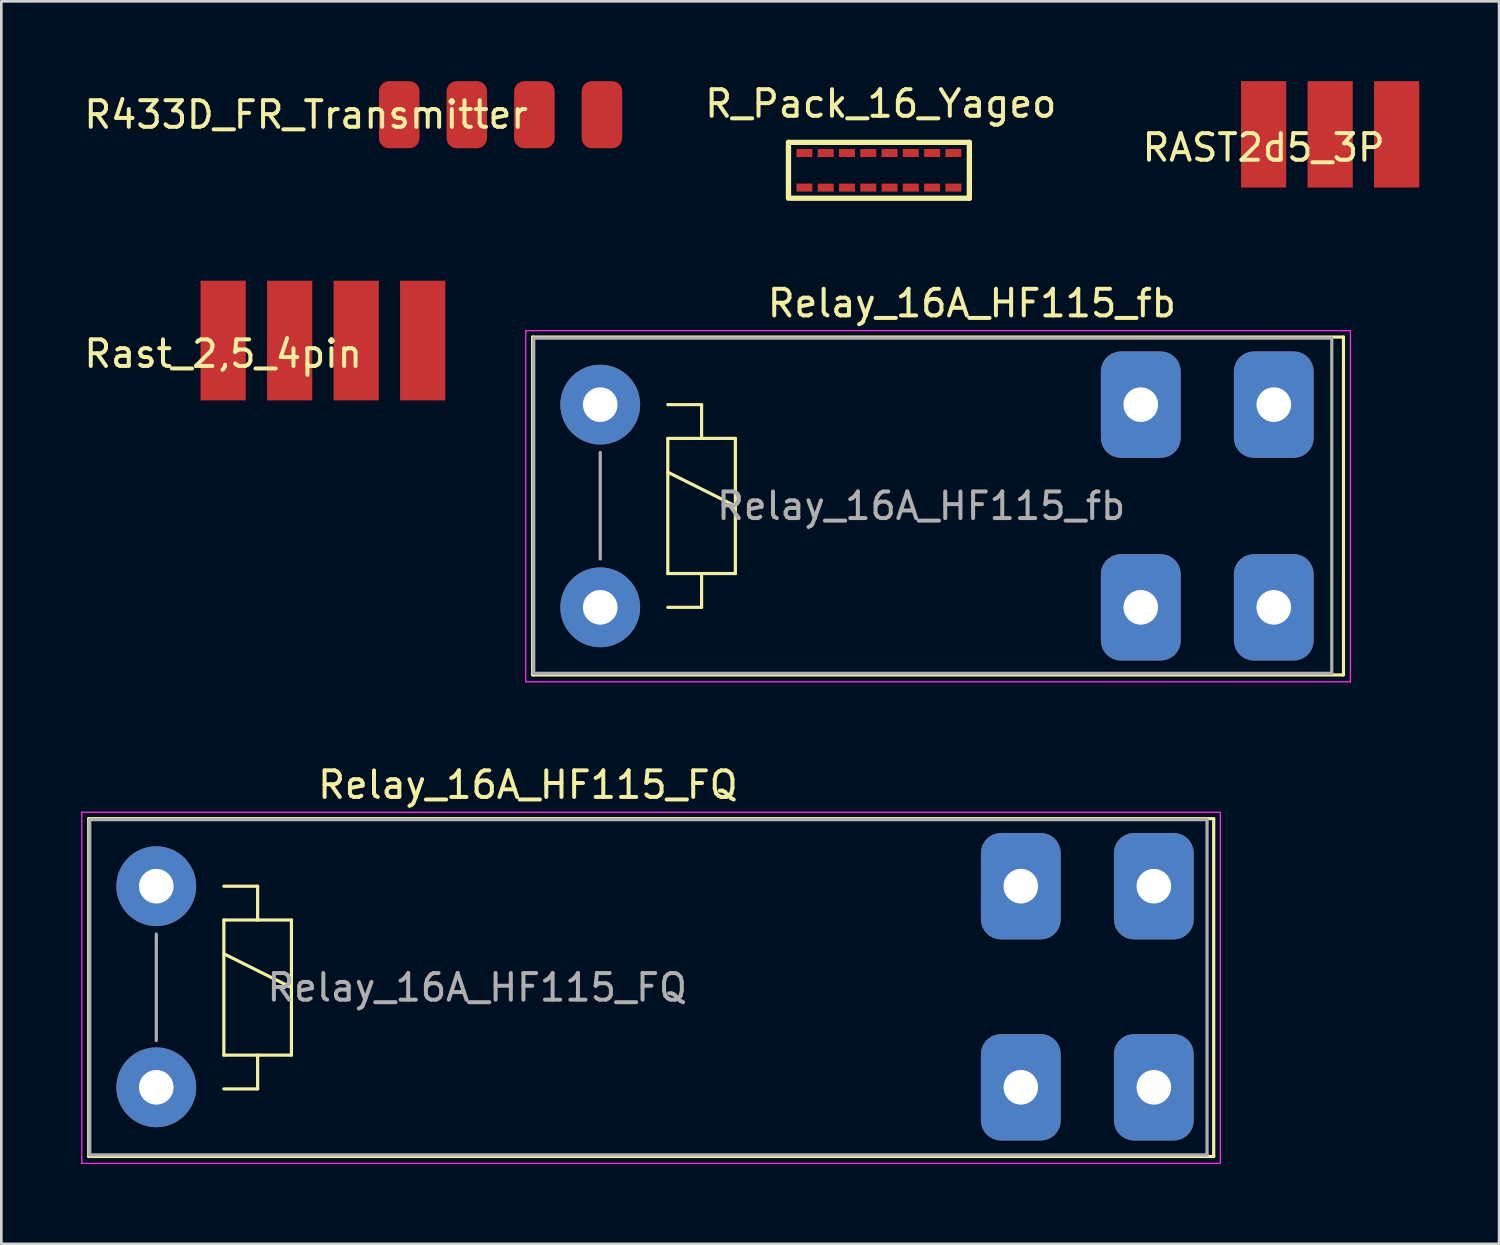
<source format=kicad_pcb>
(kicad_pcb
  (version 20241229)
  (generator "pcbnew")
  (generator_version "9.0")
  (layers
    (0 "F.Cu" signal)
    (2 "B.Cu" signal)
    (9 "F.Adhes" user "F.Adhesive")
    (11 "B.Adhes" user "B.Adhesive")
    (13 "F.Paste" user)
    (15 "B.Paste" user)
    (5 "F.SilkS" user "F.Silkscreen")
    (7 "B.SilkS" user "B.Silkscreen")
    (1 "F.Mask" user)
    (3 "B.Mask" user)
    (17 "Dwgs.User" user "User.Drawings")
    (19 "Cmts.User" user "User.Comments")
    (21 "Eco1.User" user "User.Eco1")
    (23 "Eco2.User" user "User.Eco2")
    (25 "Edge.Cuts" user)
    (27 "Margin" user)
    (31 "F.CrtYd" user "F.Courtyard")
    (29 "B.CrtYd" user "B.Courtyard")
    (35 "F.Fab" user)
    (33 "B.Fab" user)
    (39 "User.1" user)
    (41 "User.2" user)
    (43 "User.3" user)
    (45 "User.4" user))
  (footprint "Relay_16A_HF115_fb"
    (layer "F.Cu")
    (at 19.514 12.161)
    (property "Reference" "Relay_16A_HF115_fb" (at 13.97 -3.81 0) (layer "F.SilkS") (effects (font (size 1 1) (thickness 0.15))))
    (attr through_hole)
    (fp_line (start -2.54 -2.54) (end 27.94 -2.54) (stroke (width 0.12) (type solid)) (layer "F.SilkS"))
    (fp_line (start -2.54 10.16) (end -2.54 -2.54) (stroke (width 0.12) (type solid)) (layer "F.SilkS"))
    (fp_line (start 2.54 0) (end 3.81 0) (stroke (width 0.12) (type solid)) (layer "F.SilkS"))
    (fp_line (start 2.54 1.27) (end 3.81 1.27) (stroke (width 0.12) (type solid)) (layer "F.SilkS"))
    (fp_line (start 2.54 2.54) (end 5.08 3.81) (stroke (width 0.12) (type solid)) (layer "F.SilkS"))
    (fp_line (start 2.54 6.35) (end 2.54 1.27) (stroke (width 0.12) (type solid)) (layer "F.SilkS"))
    (fp_line (start 3.81 0) (end 3.81 1.27) (stroke (width 0.12) (type solid)) (layer "F.SilkS"))
    (fp_line (start 3.81 1.27) (end 5.08 1.27) (stroke (width 0.12) (type solid)) (layer "F.SilkS"))
    (fp_line (start 3.81 6.35) (end 3.81 7.62) (stroke (width 0.12) (type solid)) (layer "F.SilkS"))
    (fp_line (start 3.81 7.62) (end 2.54 7.62) (stroke (width 0.12) (type solid)) (layer "F.SilkS"))
    (fp_line (start 5.08 1.27) (end 5.08 6.35) (stroke (width 0.12) (type solid)) (layer "F.SilkS"))
    (fp_line (start 5.08 6.35) (end 2.54 6.35) (stroke (width 0.12) (type solid)) (layer "F.SilkS"))
    (fp_line (start 27.94 -2.54) (end 27.94 10.16) (stroke (width 0.12) (type solid)) (layer "F.SilkS"))
    (fp_line (start 27.94 10.16) (end -2.54 10.16) (stroke (width 0.12) (type solid)) (layer "F.SilkS"))
    (fp_line (start -2.8 -2.78) (end 28.2 -2.78) (stroke (width 0.05) (type solid)) (layer "F.CrtYd"))
    (fp_line (start -2.8 10.42) (end -2.8 -2.78) (stroke (width 0.05) (type solid)) (layer "F.CrtYd"))
    (fp_line (start 28.2 -2.78) (end 28.2 10.42) (stroke (width 0.05) (type solid)) (layer "F.CrtYd"))
    (fp_line (start 28.2 10.42) (end -2.8 10.42) (stroke (width 0.05) (type solid)) (layer "F.CrtYd"))
    (fp_line (start -2.5 -2.5) (end 27.5 -2.5) (stroke (width 0.12) (type solid)) (layer "F.Fab"))
    (fp_line (start -2.5 10.1) (end -2.5 -2.5) (stroke (width 0.12) (type solid)) (layer "F.Fab"))
    (fp_line (start 0 1.8) (end 0 5.8) (stroke (width 0.12) (type solid)) (layer "F.Fab"))
    (fp_line (start 27.5 -2.5) (end 27.5 10.1) (stroke (width 0.12) (type solid)) (layer "F.Fab"))
    (fp_line (start 27.5 10.1) (end -2.5 10.1) (stroke (width 0.12) (type solid)) (layer "F.Fab"))
    (fp_text user "${REFERENCE}" (at 12.065 3.81 0) (layer "F.Fab") (effects (font (size 1 1) (thickness 0.15))))
    (pad "11" thru_hole roundrect (at 20.32 0) (size 3 4) (drill 1.3) (layers "*.Cu" "*.Mask") (roundrect_rratio 0.25))
    (pad "11" thru_hole roundrect (at 20.32 7.62) (size 3 4) (drill 1.3) (layers "*.Cu" "*.Mask") (roundrect_rratio 0.25))
    (pad "14" thru_hole roundrect (at 25.32 0) (size 3 4) (drill 1.3) (layers "*.Cu" "*.Mask") (roundrect_rratio 0.25))
    (pad "14" thru_hole roundrect (at 25.32 7.62) (size 3 4) (drill 1.3) (layers "*.Cu" "*.Mask") (roundrect_rratio 0.25))
    (pad "A1" thru_hole circle (at 0 0) (size 3 3) (drill 1.3) (layers "*.Cu" "*.Mask"))
    (pad "A2" thru_hole circle (at 0 7.62) (size 3 3) (drill 1.3) (layers "*.Cu" "*.Mask")))
  (footprint "R_Pack_16_Yageo"
    (layer "F.Cu")
    (at 27.19 2.702)
    (property "Reference" "R_Pack_16_Yageo" (at 2.87 -1.854 0) (layer "F.SilkS") (effects (font (size 1 1) (thickness 0.15))))
    (attr through_hole)
    (fp_line (start -0.6 -0.4) (end -0.6 1.7) (stroke (width 0.2) (type solid)) (layer "F.SilkS"))
    (fp_line (start -0.5 1.7) (end 6.2 1.7) (stroke (width 0.2) (type solid)) (layer "F.SilkS"))
    (fp_line (start 6.2 -0.4) (end -0.6 -0.4) (stroke (width 0.2) (type solid)) (layer "F.SilkS"))
    (fp_line (start 6.2 -0.4) (end 6.2 1.7) (stroke (width 0.2) (type solid)) (layer "F.SilkS"))
    (pad "1" smd rect (at 0 0) (size 0.6 0.3) (layers "F.Cu" "F.Mask" "F.Paste"))
    (pad "2" smd rect (at 0.8 0) (size 0.6 0.3) (layers "F.Cu" "F.Mask" "F.Paste"))
    (pad "3" smd rect (at 1.6 0) (size 0.6 0.3) (layers "F.Cu" "F.Mask" "F.Paste"))
    (pad "4" smd rect (at 2.4 0) (size 0.6 0.3) (layers "F.Cu" "F.Mask" "F.Paste"))
    (pad "5" smd rect (at 3.2 0) (size 0.6 0.3) (layers "F.Cu" "F.Mask" "F.Paste"))
    (pad "6" smd rect (at 4 0) (size 0.6 0.3) (layers "F.Cu" "F.Mask" "F.Paste"))
    (pad "7" smd rect (at 4.8 0) (size 0.6 0.3) (layers "F.Cu" "F.Mask" "F.Paste"))
    (pad "8" smd rect (at 5.6 0) (size 0.6 0.3) (layers "F.Cu" "F.Mask" "F.Paste"))
    (pad "9" smd rect (at 5.6 1.3) (size 0.6 0.3) (layers "F.Cu" "F.Mask" "F.Paste"))
    (pad "10" smd rect (at 4.8 1.3) (size 0.6 0.3) (layers "F.Cu" "F.Mask" "F.Paste"))
    (pad "11" smd rect (at 4 1.3) (size 0.6 0.3) (layers "F.Cu" "F.Mask" "F.Paste"))
    (pad "12" smd rect (at 3.2 1.3) (size 0.6 0.3) (layers "F.Cu" "F.Mask" "F.Paste"))
    (pad "13" smd rect (at 2.4 1.3) (size 0.6 0.3) (layers "F.Cu" "F.Mask" "F.Paste"))
    (pad "14" smd rect (at 1.6 1.3) (size 0.6 0.3) (layers "F.Cu" "F.Mask" "F.Paste"))
    (pad "15" smd rect (at 0.8 1.3) (size 0.6 0.3) (layers "F.Cu" "F.Mask" "F.Paste"))
    (pad "16" smd rect (at 0 1.3) (size 0.6 0.3) (layers "F.Cu" "F.Mask" "F.Paste")))
  (footprint "RAST2d5_3P"
    (layer "F.Cu")
    (at 44.453 2)
    (property "Reference" "RAST2d5_3P" (at 0 0.5 0) (layer "F.SilkS") (effects (font (size 1 1) (thickness 0.15))))
    (attr through_hole)
    (pad "1" smd rect (at 0 0) (size 1.7 4) (layers "F.Cu" "F.Mask" "F.Paste"))
    (pad "2" smd rect (at 2.5 0) (size 1.7 4) (layers "F.Cu" "F.Mask" "F.Paste"))
    (pad "3" smd rect (at 5 0) (size 1.7 4) (layers "F.Cu" "F.Mask" "F.Paste")))
  (footprint "Rast_2,5_4pin"
    (layer "F.Cu")
    (at 5.339 9.752)
    (property "Reference" "Rast_2,5_4pin" (at 0 0.5 0) (layer "F.SilkS") (effects (font (size 1 1) (thickness 0.15))))
    (attr through_hole)
    (pad "1" smd rect (at 0 0) (size 1.7 4.5) (layers "F.Cu" "F.Mask" "F.Paste"))
    (pad "2" smd rect (at 2.5 0) (size 1.7 4.5) (layers "F.Cu" "F.Mask" "F.Paste"))
    (pad "3" smd rect (at 5 0) (size 1.7 4.5) (layers "F.Cu" "F.Mask" "F.Paste"))
    (pad "4" smd rect (at 7.5 0) (size 1.7 4.5) (layers "F.Cu" "F.Mask" "F.Paste")))
  (footprint "R433D_FR_Transmitter"
    (layer "F.Cu")
    (at 11.958 1.262)
    (property "Reference" "R433D_FR_Transmitter" (at -3.5 0 0) (layer "F.SilkS") (effects (font (size 1 1) (thickness 0.15))))
    (attr through_hole)
    (pad "1" smd roundrect (at 0 0) (size 1.524 2.524) (layers "F.Cu" "F.Mask" "F.Paste") (roundrect_rratio 0.25))
    (pad "2" smd roundrect (at 2.54 0) (size 1.524 2.524) (layers "F.Cu" "F.Mask" "F.Paste") (roundrect_rratio 0.25))
    (pad "3" smd roundrect (at 5.08 0) (size 1.524 2.524) (layers "F.Cu" "F.Mask" "F.Paste") (roundrect_rratio 0.25))
    (pad "4" smd roundrect (at 7.62 0) (size 1.524 2.524) (layers "F.Cu" "F.Mask" "F.Paste") (roundrect_rratio 0.25)))
  (footprint "Relay_16A_HF115_FQ"
    (layer "F.Cu")
    (at 2.825 30.264)
    (property "Reference" "Relay_16A_HF115_FQ" (at 13.97 -3.81 0) (layer "F.SilkS") (effects (font (size 1 1) (thickness 0.15))))
    (attr through_hole)
    (fp_line (start -2.54 -2.54) (end 39.75 -2.54) (stroke (width 0.12) (type solid)) (layer "F.SilkS"))
    (fp_line (start -2.54 10.16) (end -2.54 -2.54) (stroke (width 0.12) (type solid)) (layer "F.SilkS"))
    (fp_line (start 2.54 0) (end 3.81 0) (stroke (width 0.12) (type solid)) (layer "F.SilkS"))
    (fp_line (start 2.54 1.27) (end 3.81 1.27) (stroke (width 0.12) (type solid)) (layer "F.SilkS"))
    (fp_line (start 2.54 2.54) (end 5.08 3.81) (stroke (width 0.12) (type solid)) (layer "F.SilkS"))
    (fp_line (start 2.54 6.35) (end 2.54 1.27) (stroke (width 0.12) (type solid)) (layer "F.SilkS"))
    (fp_line (start 3.81 0) (end 3.81 1.27) (stroke (width 0.12) (type solid)) (layer "F.SilkS"))
    (fp_line (start 3.81 1.27) (end 5.08 1.27) (stroke (width 0.12) (type solid)) (layer "F.SilkS"))
    (fp_line (start 3.81 6.35) (end 3.81 7.62) (stroke (width 0.12) (type solid)) (layer "F.SilkS"))
    (fp_line (start 3.81 7.62) (end 2.54 7.62) (stroke (width 0.12) (type solid)) (layer "F.SilkS"))
    (fp_line (start 5.08 1.27) (end 5.08 6.35) (stroke (width 0.12) (type solid)) (layer "F.SilkS"))
    (fp_line (start 5.08 6.35) (end 2.54 6.35) (stroke (width 0.12) (type solid)) (layer "F.SilkS"))
    (fp_line (start 39.75 -2.54) (end 39.75 10.16) (stroke (width 0.12) (type solid)) (layer "F.SilkS"))
    (fp_line (start 39.75 10.16) (end -2.54 10.16) (stroke (width 0.12) (type solid)) (layer "F.SilkS"))
    (fp_line (start -2.8 -2.78) (end 40 -2.78) (stroke (width 0.05) (type solid)) (layer "F.CrtYd"))
    (fp_line (start -2.8 10.42) (end -2.8 -2.78) (stroke (width 0.05) (type solid)) (layer "F.CrtYd"))
    (fp_line (start 40 -2.78) (end 40 10.42) (stroke (width 0.05) (type solid)) (layer "F.CrtYd"))
    (fp_line (start 40 10.42) (end -2.8 10.42) (stroke (width 0.05) (type solid)) (layer "F.CrtYd"))
    (fp_line (start -2.5 -2.5) (end 39.5 -2.5) (stroke (width 0.12) (type solid)) (layer "F.Fab"))
    (fp_line (start -2.5 10.1) (end -2.5 -2.5) (stroke (width 0.12) (type solid)) (layer "F.Fab"))
    (fp_line (start 0 1.8) (end 0 5.8) (stroke (width 0.12) (type solid)) (layer "F.Fab"))
    (fp_line (start 39.5 -2.5) (end 39.5 10.1) (stroke (width 0.12) (type solid)) (layer "F.Fab"))
    (fp_line (start 39.5 10.1) (end -2.5 10.1) (stroke (width 0.12) (type solid)) (layer "F.Fab"))
    (fp_text user "${REFERENCE}" (at 12.065 3.81 0) (layer "F.Fab") (effects (font (size 1 1) (thickness 0.15))))
    (pad "11" thru_hole roundrect (at 32.5 7.56) (size 3 4) (drill 1.3) (layers "*.Cu" "*.Mask") (roundrect_rratio 0.25))
    (pad "11" thru_hole roundrect (at 37.5 7.56) (size 3 4) (drill 1.3) (layers "*.Cu" "*.Mask") (roundrect_rratio 0.25))
    (pad "14" thru_hole roundrect (at 32.5 0) (size 3 4) (drill 1.3) (layers "*.Cu" "*.Mask") (roundrect_rratio 0.25))
    (pad "14" thru_hole roundrect (at 37.5 0) (size 3 4) (drill 1.3) (layers "*.Cu" "*.Mask") (roundrect_rratio 0.25))
    (pad "A1" thru_hole circle (at 0 0) (size 3 3) (drill 1.3) (layers "*.Cu" "*.Mask"))
    (pad "A2" thru_hole circle (at 0 7.56) (size 3 3) (drill 1.3) (layers "*.Cu" "*.Mask")))
  (gr_rect
    (start -3 -3)
    (end 53.303 43.709)
    (stroke (width 0.1) (type default))
    (fill no)
    (layer "Edge.Cuts")))
</source>
